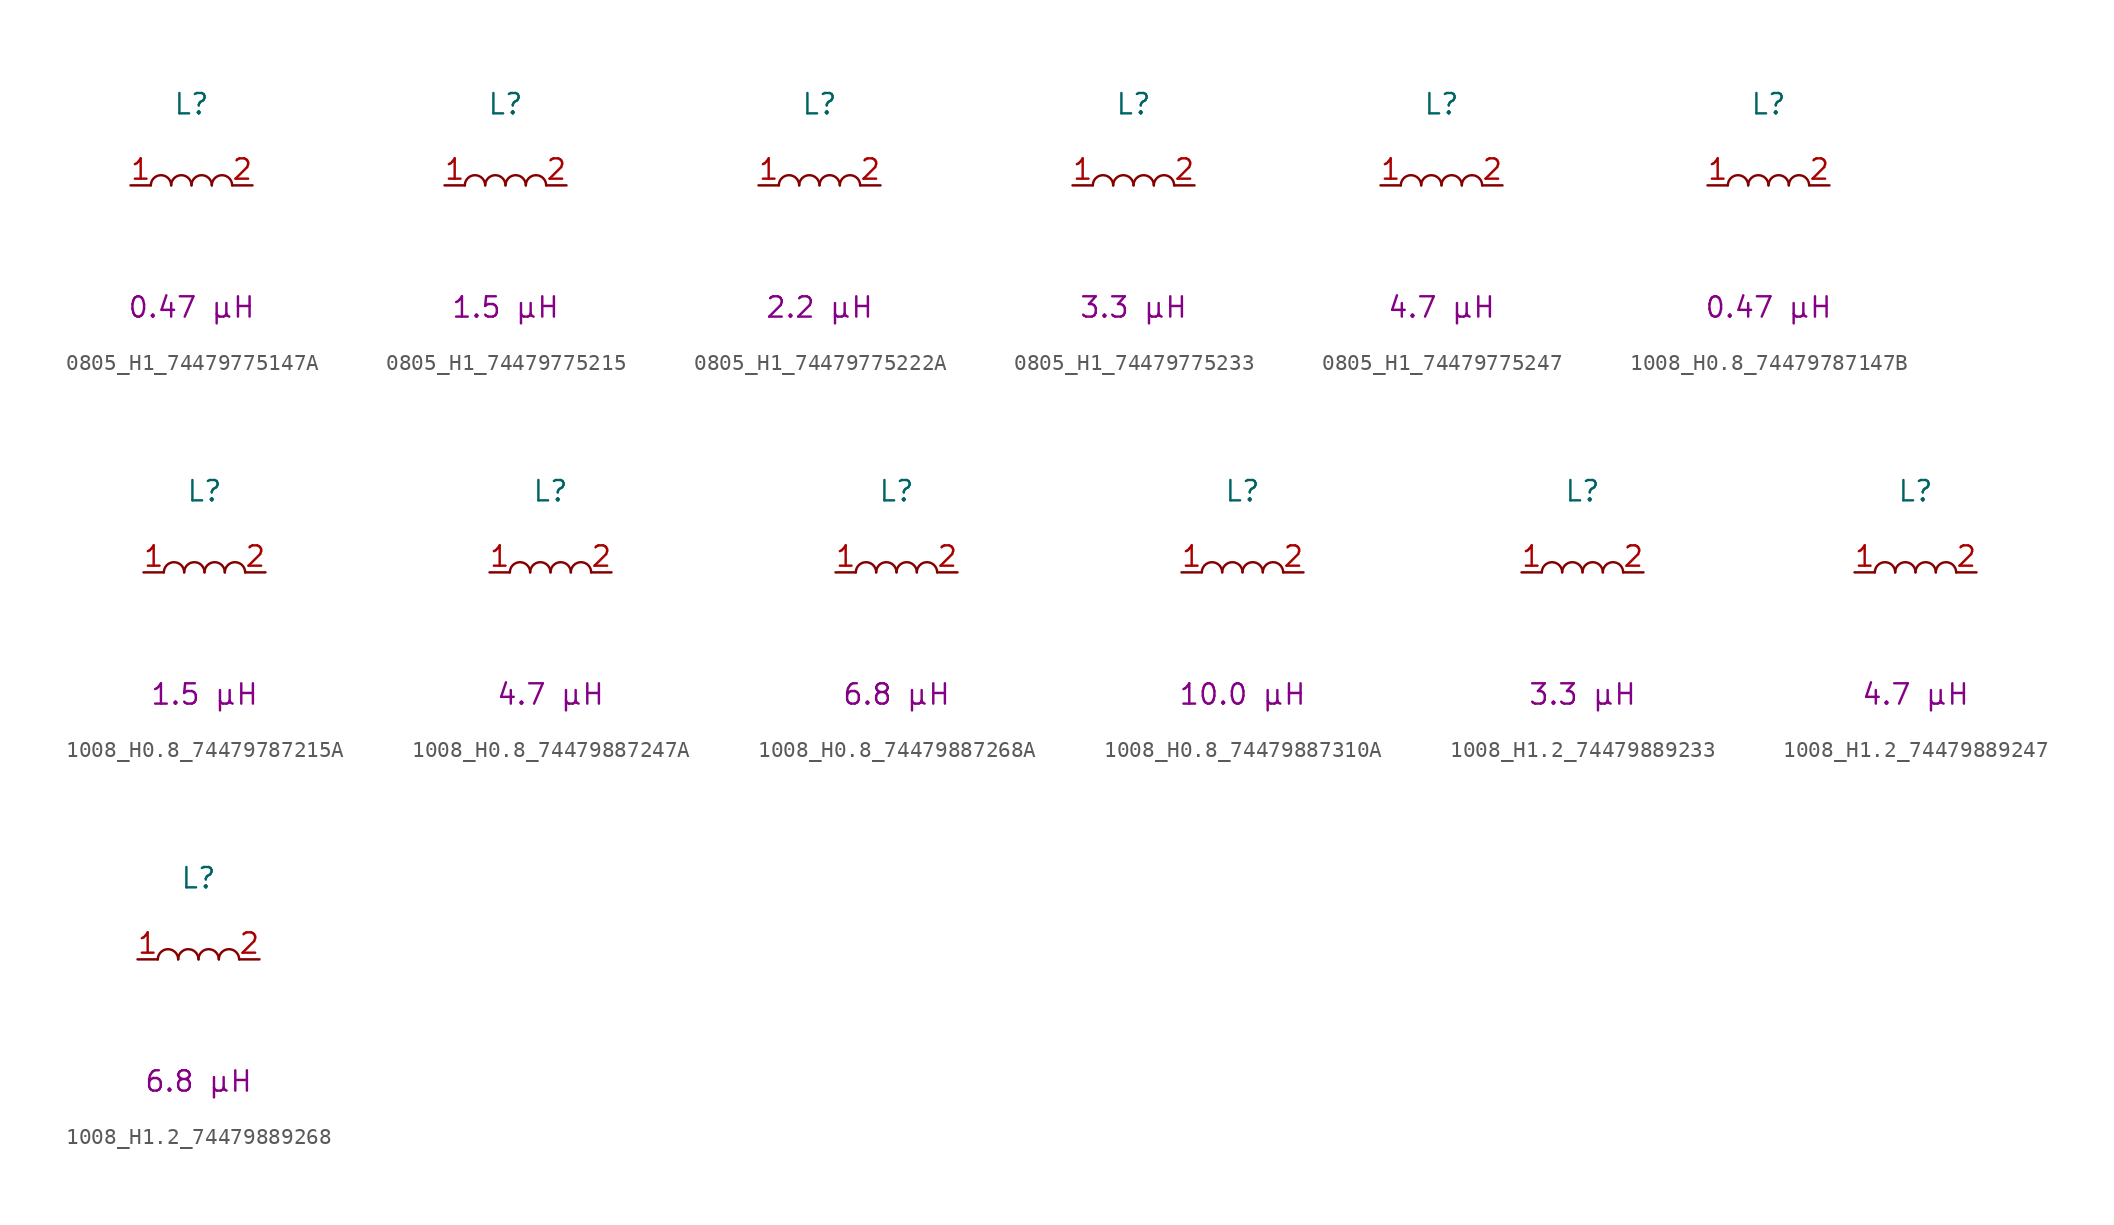
<source format=kicad_sym>
(kicad_symbol_lib
  (version 20220914)
  (generator kicad_symbol_editor)
  (symbol "0805_H1_74479775147A"
    (pin_names hide)
    (property "Reference" "L"
      (at 0 5.08 0)
      (effects (font (size 1.27 1.27))))
    (property "Critical Parameter" "0.47 µH"
      (at 0 -7.62 0)
      (effects (font (size 1.27 1.27))))
    (symbol "0805_H1_74479775147A_0_1"
      (arc (start -1.27 0) (mid -1.905 0.6323) (end -2.54 0) (stroke (width 0) (type default)) (fill (type none)))
      (arc (start 0 0) (mid -0.635 0.6323) (end -1.27 0) (stroke (width 0) (type default)) (fill (type none)))
      (arc (start 1.27 0) (mid 0.635 0.6323) (end 0 0) (stroke (width 0) (type default)) (fill (type none)))
      (arc (start 2.54 0) (mid 1.905 0.6323) (end 1.27 0) (stroke (width 0) (type default)) (fill (type none))))
    (symbol "0805_H1_74479775147A_1_1"
      (pin passive line (at -3.81 0 0) (length 1.27) (name "1" (effects (font (size 1.27 1.27)))) (number "1" (effects (font (size 1.27 1.27)))))
      (pin passive line (at 3.81 0 180) (length 1.27) (name "2" (effects (font (size 1.27 1.27)))) (number "2" (effects (font (size 1.27 1.27)))))))
  (symbol "0805_H1_74479775215"
    (pin_names hide)
    (property "Reference" "L"
      (at 0 5.08 0)
      (effects (font (size 1.27 1.27))))
    (property "Critical Parameter" "1.5 µH"
      (at 0 -7.62 0)
      (effects (font (size 1.27 1.27))))
    (symbol "0805_H1_74479775215_0_1"
      (arc (start -1.27 0) (mid -1.905 0.6323) (end -2.54 0) (stroke (width 0) (type default)) (fill (type none)))
      (arc (start 0 0) (mid -0.635 0.6323) (end -1.27 0) (stroke (width 0) (type default)) (fill (type none)))
      (arc (start 1.27 0) (mid 0.635 0.6323) (end 0 0) (stroke (width 0) (type default)) (fill (type none)))
      (arc (start 2.54 0) (mid 1.905 0.6323) (end 1.27 0) (stroke (width 0) (type default)) (fill (type none))))
    (symbol "0805_H1_74479775215_1_1"
      (pin passive line (at -3.81 0 0) (length 1.27) (name "1" (effects (font (size 1.27 1.27)))) (number "1" (effects (font (size 1.27 1.27)))))
      (pin passive line (at 3.81 0 180) (length 1.27) (name "2" (effects (font (size 1.27 1.27)))) (number "2" (effects (font (size 1.27 1.27)))))))
  (symbol "0805_H1_74479775222A"
    (pin_names hide)
    (property "Reference" "L"
      (at 0 5.08 0)
      (effects (font (size 1.27 1.27))))
    (property "Critical Parameter" "2.2 µH"
      (at 0 -7.62 0)
      (effects (font (size 1.27 1.27))))
    (symbol "0805_H1_74479775222A_0_1"
      (arc (start -1.27 0) (mid -1.905 0.6323) (end -2.54 0) (stroke (width 0) (type default)) (fill (type none)))
      (arc (start 0 0) (mid -0.635 0.6323) (end -1.27 0) (stroke (width 0) (type default)) (fill (type none)))
      (arc (start 1.27 0) (mid 0.635 0.6323) (end 0 0) (stroke (width 0) (type default)) (fill (type none)))
      (arc (start 2.54 0) (mid 1.905 0.6323) (end 1.27 0) (stroke (width 0) (type default)) (fill (type none))))
    (symbol "0805_H1_74479775222A_1_1"
      (pin passive line (at -3.81 0 0) (length 1.27) (name "1" (effects (font (size 1.27 1.27)))) (number "1" (effects (font (size 1.27 1.27)))))
      (pin passive line (at 3.81 0 180) (length 1.27) (name "2" (effects (font (size 1.27 1.27)))) (number "2" (effects (font (size 1.27 1.27)))))))
  (symbol "0805_H1_74479775233"
    (pin_names hide)
    (property "Reference" "L"
      (at 0 5.08 0)
      (effects (font (size 1.27 1.27))))
    (property "Critical Parameter" "3.3 µH"
      (at 0 -7.62 0)
      (effects (font (size 1.27 1.27))))
    (symbol "0805_H1_74479775233_0_1"
      (arc (start -1.27 0) (mid -1.905 0.6323) (end -2.54 0) (stroke (width 0) (type default)) (fill (type none)))
      (arc (start 0 0) (mid -0.635 0.6323) (end -1.27 0) (stroke (width 0) (type default)) (fill (type none)))
      (arc (start 1.27 0) (mid 0.635 0.6323) (end 0 0) (stroke (width 0) (type default)) (fill (type none)))
      (arc (start 2.54 0) (mid 1.905 0.6323) (end 1.27 0) (stroke (width 0) (type default)) (fill (type none))))
    (symbol "0805_H1_74479775233_1_1"
      (pin passive line (at -3.81 0 0) (length 1.27) (name "1" (effects (font (size 1.27 1.27)))) (number "1" (effects (font (size 1.27 1.27)))))
      (pin passive line (at 3.81 0 180) (length 1.27) (name "2" (effects (font (size 1.27 1.27)))) (number "2" (effects (font (size 1.27 1.27)))))))
  (symbol "0805_H1_74479775247"
    (pin_names hide)
    (property "Reference" "L"
      (at 0 5.08 0)
      (effects (font (size 1.27 1.27))))
    (property "Critical Parameter" "4.7 µH"
      (at 0 -7.62 0)
      (effects (font (size 1.27 1.27))))
    (symbol "0805_H1_74479775247_0_1"
      (arc (start -1.27 0) (mid -1.905 0.6323) (end -2.54 0) (stroke (width 0) (type default)) (fill (type none)))
      (arc (start 0 0) (mid -0.635 0.6323) (end -1.27 0) (stroke (width 0) (type default)) (fill (type none)))
      (arc (start 1.27 0) (mid 0.635 0.6323) (end 0 0) (stroke (width 0) (type default)) (fill (type none)))
      (arc (start 2.54 0) (mid 1.905 0.6323) (end 1.27 0) (stroke (width 0) (type default)) (fill (type none))))
    (symbol "0805_H1_74479775247_1_1"
      (pin passive line (at -3.81 0 0) (length 1.27) (name "1" (effects (font (size 1.27 1.27)))) (number "1" (effects (font (size 1.27 1.27)))))
      (pin passive line (at 3.81 0 180) (length 1.27) (name "2" (effects (font (size 1.27 1.27)))) (number "2" (effects (font (size 1.27 1.27)))))))
  (symbol "1008_H0.8_74479787147B"
    (pin_names hide)
    (property "Reference" "L"
      (at 0 5.08 0)
      (effects (font (size 1.27 1.27))))
    (property "Critical Parameter" "0.47 µH"
      (at 0 -7.62 0)
      (effects (font (size 1.27 1.27))))
    (symbol "1008_H0.8_74479787147B_0_1"
      (arc (start -1.27 0) (mid -1.905 0.6323) (end -2.54 0) (stroke (width 0) (type default)) (fill (type none)))
      (arc (start 0 0) (mid -0.635 0.6323) (end -1.27 0) (stroke (width 0) (type default)) (fill (type none)))
      (arc (start 1.27 0) (mid 0.635 0.6323) (end 0 0) (stroke (width 0) (type default)) (fill (type none)))
      (arc (start 2.54 0) (mid 1.905 0.6323) (end 1.27 0) (stroke (width 0) (type default)) (fill (type none))))
    (symbol "1008_H0.8_74479787147B_1_1"
      (pin passive line (at -3.81 0 0) (length 1.27) (name "1" (effects (font (size 1.27 1.27)))) (number "1" (effects (font (size 1.27 1.27)))))
      (pin passive line (at 3.81 0 180) (length 1.27) (name "2" (effects (font (size 1.27 1.27)))) (number "2" (effects (font (size 1.27 1.27)))))))
  (symbol "1008_H0.8_74479787215A"
    (pin_names hide)
    (property "Reference" "L"
      (at 0 5.08 0)
      (effects (font (size 1.27 1.27))))
    (property "Critical Parameter" "1.5 µH"
      (at 0 -7.62 0)
      (effects (font (size 1.27 1.27))))
    (symbol "1008_H0.8_74479787215A_0_1"
      (arc (start -1.27 0) (mid -1.905 0.6323) (end -2.54 0) (stroke (width 0) (type default)) (fill (type none)))
      (arc (start 0 0) (mid -0.635 0.6323) (end -1.27 0) (stroke (width 0) (type default)) (fill (type none)))
      (arc (start 1.27 0) (mid 0.635 0.6323) (end 0 0) (stroke (width 0) (type default)) (fill (type none)))
      (arc (start 2.54 0) (mid 1.905 0.6323) (end 1.27 0) (stroke (width 0) (type default)) (fill (type none))))
    (symbol "1008_H0.8_74479787215A_1_1"
      (pin passive line (at -3.81 0 0) (length 1.27) (name "1" (effects (font (size 1.27 1.27)))) (number "1" (effects (font (size 1.27 1.27)))))
      (pin passive line (at 3.81 0 180) (length 1.27) (name "2" (effects (font (size 1.27 1.27)))) (number "2" (effects (font (size 1.27 1.27)))))))
  (symbol "1008_H0.8_74479887247A"
    (pin_names hide)
    (property "Reference" "L"
      (at 0 5.08 0)
      (effects (font (size 1.27 1.27))))
    (property "Critical Parameter" "4.7 µH"
      (at 0 -7.62 0)
      (effects (font (size 1.27 1.27))))
    (symbol "1008_H0.8_74479887247A_0_1"
      (arc (start -1.27 0) (mid -1.905 0.6323) (end -2.54 0) (stroke (width 0) (type default)) (fill (type none)))
      (arc (start 0 0) (mid -0.635 0.6323) (end -1.27 0) (stroke (width 0) (type default)) (fill (type none)))
      (arc (start 1.27 0) (mid 0.635 0.6323) (end 0 0) (stroke (width 0) (type default)) (fill (type none)))
      (arc (start 2.54 0) (mid 1.905 0.6323) (end 1.27 0) (stroke (width 0) (type default)) (fill (type none))))
    (symbol "1008_H0.8_74479887247A_1_1"
      (pin passive line (at -3.81 0 0) (length 1.27) (name "1" (effects (font (size 1.27 1.27)))) (number "1" (effects (font (size 1.27 1.27)))))
      (pin passive line (at 3.81 0 180) (length 1.27) (name "2" (effects (font (size 1.27 1.27)))) (number "2" (effects (font (size 1.27 1.27)))))))
  (symbol "1008_H0.8_74479887268A"
    (pin_names hide)
    (property "Reference" "L"
      (at 0 5.08 0)
      (effects (font (size 1.27 1.27))))
    (property "Critical Parameter" "6.8 µH"
      (at 0 -7.62 0)
      (effects (font (size 1.27 1.27))))
    (symbol "1008_H0.8_74479887268A_0_1"
      (arc (start -1.27 0) (mid -1.905 0.6323) (end -2.54 0) (stroke (width 0) (type default)) (fill (type none)))
      (arc (start 0 0) (mid -0.635 0.6323) (end -1.27 0) (stroke (width 0) (type default)) (fill (type none)))
      (arc (start 1.27 0) (mid 0.635 0.6323) (end 0 0) (stroke (width 0) (type default)) (fill (type none)))
      (arc (start 2.54 0) (mid 1.905 0.6323) (end 1.27 0) (stroke (width 0) (type default)) (fill (type none))))
    (symbol "1008_H0.8_74479887268A_1_1"
      (pin passive line (at -3.81 0 0) (length 1.27) (name "1" (effects (font (size 1.27 1.27)))) (number "1" (effects (font (size 1.27 1.27)))))
      (pin passive line (at 3.81 0 180) (length 1.27) (name "2" (effects (font (size 1.27 1.27)))) (number "2" (effects (font (size 1.27 1.27)))))))
  (symbol "1008_H0.8_74479887310A"
    (pin_names hide)
    (property "Reference" "L"
      (at 0 5.08 0)
      (effects (font (size 1.27 1.27))))
    (property "Critical Parameter" "10.0 µH"
      (at 0 -7.62 0)
      (effects (font (size 1.27 1.27))))
    (symbol "1008_H0.8_74479887310A_0_1"
      (arc (start -1.27 0) (mid -1.905 0.6323) (end -2.54 0) (stroke (width 0) (type default)) (fill (type none)))
      (arc (start 0 0) (mid -0.635 0.6323) (end -1.27 0) (stroke (width 0) (type default)) (fill (type none)))
      (arc (start 1.27 0) (mid 0.635 0.6323) (end 0 0) (stroke (width 0) (type default)) (fill (type none)))
      (arc (start 2.54 0) (mid 1.905 0.6323) (end 1.27 0) (stroke (width 0) (type default)) (fill (type none))))
    (symbol "1008_H0.8_74479887310A_1_1"
      (pin passive line (at -3.81 0 0) (length 1.27) (name "1" (effects (font (size 1.27 1.27)))) (number "1" (effects (font (size 1.27 1.27)))))
      (pin passive line (at 3.81 0 180) (length 1.27) (name "2" (effects (font (size 1.27 1.27)))) (number "2" (effects (font (size 1.27 1.27)))))))
  (symbol "1008_H1.2_74479889233"
    (pin_names hide)
    (property "Reference" "L"
      (at 0 5.08 0)
      (effects (font (size 1.27 1.27))))
    (property "Critical Parameter" "3.3 µH"
      (at 0 -7.62 0)
      (effects (font (size 1.27 1.27))))
    (symbol "1008_H1.2_74479889233_0_1"
      (arc (start -1.27 0) (mid -1.905 0.6323) (end -2.54 0) (stroke (width 0) (type default)) (fill (type none)))
      (arc (start 0 0) (mid -0.635 0.6323) (end -1.27 0) (stroke (width 0) (type default)) (fill (type none)))
      (arc (start 1.27 0) (mid 0.635 0.6323) (end 0 0) (stroke (width 0) (type default)) (fill (type none)))
      (arc (start 2.54 0) (mid 1.905 0.6323) (end 1.27 0) (stroke (width 0) (type default)) (fill (type none))))
    (symbol "1008_H1.2_74479889233_1_1"
      (pin passive line (at -3.81 0 0) (length 1.27) (name "1" (effects (font (size 1.27 1.27)))) (number "1" (effects (font (size 1.27 1.27)))))
      (pin passive line (at 3.81 0 180) (length 1.27) (name "2" (effects (font (size 1.27 1.27)))) (number "2" (effects (font (size 1.27 1.27)))))))
  (symbol "1008_H1.2_74479889247"
    (pin_names hide)
    (property "Reference" "L"
      (at 0 5.08 0)
      (effects (font (size 1.27 1.27))))
    (property "Critical Parameter" "4.7 µH"
      (at 0 -7.62 0)
      (effects (font (size 1.27 1.27))))
    (symbol "1008_H1.2_74479889247_0_1"
      (arc (start -1.27 0) (mid -1.905 0.6323) (end -2.54 0) (stroke (width 0) (type default)) (fill (type none)))
      (arc (start 0 0) (mid -0.635 0.6323) (end -1.27 0) (stroke (width 0) (type default)) (fill (type none)))
      (arc (start 1.27 0) (mid 0.635 0.6323) (end 0 0) (stroke (width 0) (type default)) (fill (type none)))
      (arc (start 2.54 0) (mid 1.905 0.6323) (end 1.27 0) (stroke (width 0) (type default)) (fill (type none))))
    (symbol "1008_H1.2_74479889247_1_1"
      (pin passive line (at -3.81 0 0) (length 1.27) (name "1" (effects (font (size 1.27 1.27)))) (number "1" (effects (font (size 1.27 1.27)))))
      (pin passive line (at 3.81 0 180) (length 1.27) (name "2" (effects (font (size 1.27 1.27)))) (number "2" (effects (font (size 1.27 1.27)))))))
  (symbol "1008_H1.2_74479889268"
    (pin_names hide)
    (property "Reference" "L"
      (at 0 5.08 0)
      (effects (font (size 1.27 1.27))))
    (property "Critical Parameter" "6.8 µH"
      (at 0 -7.62 0)
      (effects (font (size 1.27 1.27))))
    (symbol "1008_H1.2_74479889268_0_1"
      (arc (start -1.27 0) (mid -1.905 0.6323) (end -2.54 0) (stroke (width 0) (type default)) (fill (type none)))
      (arc (start 0 0) (mid -0.635 0.6323) (end -1.27 0) (stroke (width 0) (type default)) (fill (type none)))
      (arc (start 1.27 0) (mid 0.635 0.6323) (end 0 0) (stroke (width 0) (type default)) (fill (type none)))
      (arc (start 2.54 0) (mid 1.905 0.6323) (end 1.27 0) (stroke (width 0) (type default)) (fill (type none))))
    (symbol "1008_H1.2_74479889268_1_1"
      (pin passive line (at -3.81 0 0) (length 1.27) (name "1" (effects (font (size 1.27 1.27)))) (number "1" (effects (font (size 1.27 1.27)))))
      (pin passive line (at 3.81 0 180) (length 1.27) (name "2" (effects (font (size 1.27 1.27)))) (number "2" (effects (font (size 1.27 1.27))))))))
</source>
